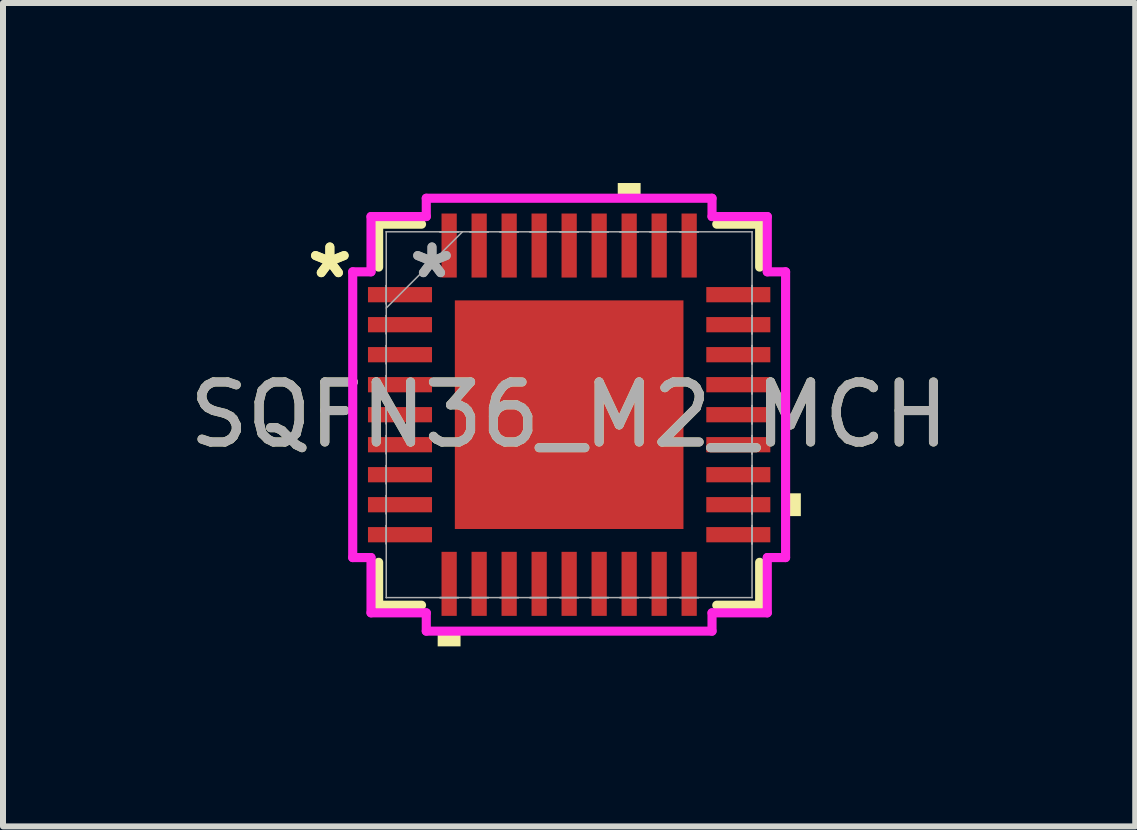
<source format=kicad_pcb>
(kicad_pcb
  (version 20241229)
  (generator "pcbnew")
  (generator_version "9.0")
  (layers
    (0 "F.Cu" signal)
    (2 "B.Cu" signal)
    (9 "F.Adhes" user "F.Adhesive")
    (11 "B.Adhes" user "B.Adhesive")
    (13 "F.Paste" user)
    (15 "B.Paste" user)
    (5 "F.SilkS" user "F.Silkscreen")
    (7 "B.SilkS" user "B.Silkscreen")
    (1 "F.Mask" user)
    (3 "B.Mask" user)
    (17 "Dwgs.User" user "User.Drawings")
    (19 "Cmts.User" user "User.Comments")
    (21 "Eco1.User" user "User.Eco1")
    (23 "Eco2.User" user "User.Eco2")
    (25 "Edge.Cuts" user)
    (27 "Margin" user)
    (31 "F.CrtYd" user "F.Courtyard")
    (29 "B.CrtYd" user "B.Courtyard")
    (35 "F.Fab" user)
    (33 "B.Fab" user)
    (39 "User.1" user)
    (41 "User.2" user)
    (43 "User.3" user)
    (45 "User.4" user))
  (footprint "SQFN36_M2_MCH"
    (layer "F.Cu")
    (at 6.435 3.861)
    (property "Reference" "SQFN36_M2_MCH" (at 0 0 0) (unlocked yes) (layer "F.SilkS") (effects (font (size 1 1) (thickness 0.15))))
    (attr smd)
    (fp_line (start -3.175 -3.175) (end -3.175 -2.46) (stroke (width 0.152) (type solid)) (layer "F.SilkS"))
    (fp_line (start -3.175 2.46) (end -3.175 3.175) (stroke (width 0.152) (type solid)) (layer "F.SilkS"))
    (fp_line (start -3.175 3.175) (end -2.46 3.175) (stroke (width 0.152) (type solid)) (layer "F.SilkS"))
    (fp_line (start -2.46 -3.175) (end -3.175 -3.175) (stroke (width 0.152) (type solid)) (layer "F.SilkS"))
    (fp_line (start 2.46 3.175) (end 3.175 3.175) (stroke (width 0.152) (type solid)) (layer "F.SilkS"))
    (fp_line (start 3.175 -3.175) (end 2.46 -3.175) (stroke (width 0.152) (type solid)) (layer "F.SilkS"))
    (fp_line (start 3.175 -2.46) (end 3.175 -3.175) (stroke (width 0.152) (type solid)) (layer "F.SilkS"))
    (fp_line (start 3.175 3.175) (end 3.175 2.46) (stroke (width 0.152) (type solid)) (layer "F.SilkS"))
    (fp_poly (pts (xy -2.191 3.607) (xy -2.191 3.861) (xy -1.81 3.861) (xy -1.81 3.607)) (stroke (width 0) (type solid)) (fill yes) (layer "F.SilkS"))
    (fp_poly (pts (xy 0.81 -3.607) (xy 0.81 -3.861) (xy 1.191 -3.861) (xy 1.191 -3.607)) (stroke (width 0) (type solid)) (fill yes) (layer "F.SilkS"))
    (fp_poly (pts (xy 3.861 1.31) (xy 3.861 1.69) (xy 3.607 1.69) (xy 3.607 1.31)) (stroke (width 0) (type solid)) (fill yes) (layer "F.SilkS"))
    (fp_poly (pts (xy -1.805 -1.805) (xy -1.805 -0.735) (xy -0.735 -0.735) (xy -0.735 -1.805)) (stroke (width 0) (type solid)) (fill yes) (layer "F.Paste"))
    (fp_poly (pts (xy -1.805 -0.535) (xy -1.805 0.535) (xy -0.735 0.535) (xy -0.735 -0.535)) (stroke (width 0) (type solid)) (fill yes) (layer "F.Paste"))
    (fp_poly (pts (xy -1.805 0.735) (xy -1.805 1.805) (xy -0.735 1.805) (xy -0.735 0.735)) (stroke (width 0) (type solid)) (fill yes) (layer "F.Paste"))
    (fp_poly (pts (xy -0.535 -1.805) (xy -0.535 -0.735) (xy 0.535 -0.735) (xy 0.535 -1.805)) (stroke (width 0) (type solid)) (fill yes) (layer "F.Paste"))
    (fp_poly (pts (xy -0.535 -0.535) (xy -0.535 0.535) (xy 0.535 0.535) (xy 0.535 -0.535)) (stroke (width 0) (type solid)) (fill yes) (layer "F.Paste"))
    (fp_poly (pts (xy -0.535 0.735) (xy -0.535 1.805) (xy 0.535 1.805) (xy 0.535 0.735)) (stroke (width 0) (type solid)) (fill yes) (layer "F.Paste"))
    (fp_poly (pts (xy 0.735 -1.805) (xy 0.735 -0.735) (xy 1.805 -0.735) (xy 1.805 -1.805)) (stroke (width 0) (type solid)) (fill yes) (layer "F.Paste"))
    (fp_poly (pts (xy 0.735 -0.535) (xy 0.735 0.535) (xy 1.805 0.535) (xy 1.805 -0.535)) (stroke (width 0) (type solid)) (fill yes) (layer "F.Paste"))
    (fp_poly (pts (xy 0.735 0.735) (xy 0.735 1.805) (xy 1.805 1.805) (xy 1.805 0.735)) (stroke (width 0) (type solid)) (fill yes) (layer "F.Paste"))
    (fp_line (start -3.607 -2.381) (end -3.302 -2.381) (stroke (width 0.152) (type solid)) (layer "F.CrtYd"))
    (fp_line (start -3.607 2.381) (end -3.607 -2.381) (stroke (width 0.152) (type solid)) (layer "F.CrtYd"))
    (fp_line (start -3.302 -3.302) (end -2.381 -3.302) (stroke (width 0.152) (type solid)) (layer "F.CrtYd"))
    (fp_line (start -3.302 -2.381) (end -3.302 -3.302) (stroke (width 0.152) (type solid)) (layer "F.CrtYd"))
    (fp_line (start -3.302 2.381) (end -3.607 2.381) (stroke (width 0.152) (type solid)) (layer "F.CrtYd"))
    (fp_line (start -3.302 3.302) (end -3.302 2.381) (stroke (width 0.152) (type solid)) (layer "F.CrtYd"))
    (fp_line (start -2.381 -3.607) (end 2.381 -3.607) (stroke (width 0.152) (type solid)) (layer "F.CrtYd"))
    (fp_line (start -2.381 -3.302) (end -2.381 -3.607) (stroke (width 0.152) (type solid)) (layer "F.CrtYd"))
    (fp_line (start -2.381 3.302) (end -3.302 3.302) (stroke (width 0.152) (type solid)) (layer "F.CrtYd"))
    (fp_line (start -2.381 3.607) (end -2.381 3.302) (stroke (width 0.152) (type solid)) (layer "F.CrtYd"))
    (fp_line (start 2.381 -3.607) (end 2.381 -3.302) (stroke (width 0.152) (type solid)) (layer "F.CrtYd"))
    (fp_line (start 2.381 -3.302) (end 3.302 -3.302) (stroke (width 0.152) (type solid)) (layer "F.CrtYd"))
    (fp_line (start 2.381 3.302) (end 2.381 3.607) (stroke (width 0.152) (type solid)) (layer "F.CrtYd"))
    (fp_line (start 2.381 3.607) (end -2.381 3.607) (stroke (width 0.152) (type solid)) (layer "F.CrtYd"))
    (fp_line (start 3.302 -3.302) (end 3.302 -2.381) (stroke (width 0.152) (type solid)) (layer "F.CrtYd"))
    (fp_line (start 3.302 -2.381) (end 3.607 -2.381) (stroke (width 0.152) (type solid)) (layer "F.CrtYd"))
    (fp_line (start 3.302 2.381) (end 3.302 3.302) (stroke (width 0.152) (type solid)) (layer "F.CrtYd"))
    (fp_line (start 3.302 3.302) (end 2.381 3.302) (stroke (width 0.152) (type solid)) (layer "F.CrtYd"))
    (fp_line (start 3.607 -2.381) (end 3.607 2.381) (stroke (width 0.152) (type solid)) (layer "F.CrtYd"))
    (fp_line (start 3.607 2.381) (end 3.302 2.381) (stroke (width 0.152) (type solid)) (layer "F.CrtYd"))
    (fp_line (start -3.048 -3.048) (end -3.048 -3.048) (stroke (width 0.025) (type solid)) (layer "F.Fab"))
    (fp_line (start -3.048 -3.048) (end -3.048 3.048) (stroke (width 0.025) (type solid)) (layer "F.Fab"))
    (fp_line (start -3.048 -2.152) (end -3.048 -2.152) (stroke (width 0.025) (type solid)) (layer "F.Fab"))
    (fp_line (start -3.048 -2.152) (end -3.048 -1.848) (stroke (width 0.025) (type solid)) (layer "F.Fab"))
    (fp_line (start -3.048 -1.848) (end -3.048 -2.152) (stroke (width 0.025) (type solid)) (layer "F.Fab"))
    (fp_line (start -3.048 -1.848) (end -3.048 -1.848) (stroke (width 0.025) (type solid)) (layer "F.Fab"))
    (fp_line (start -3.048 -1.778) (end -1.778 -3.048) (stroke (width 0.025) (type solid)) (layer "F.Fab"))
    (fp_line (start -3.048 -1.652) (end -3.048 -1.652) (stroke (width 0.025) (type solid)) (layer "F.Fab"))
    (fp_line (start -3.048 -1.652) (end -3.048 -1.348) (stroke (width 0.025) (type solid)) (layer "F.Fab"))
    (fp_line (start -3.048 -1.348) (end -3.048 -1.652) (stroke (width 0.025) (type solid)) (layer "F.Fab"))
    (fp_line (start -3.048 -1.348) (end -3.048 -1.348) (stroke (width 0.025) (type solid)) (layer "F.Fab"))
    (fp_line (start -3.048 -1.152) (end -3.048 -1.152) (stroke (width 0.025) (type solid)) (layer "F.Fab"))
    (fp_line (start -3.048 -1.152) (end -3.048 -0.848) (stroke (width 0.025) (type solid)) (layer "F.Fab"))
    (fp_line (start -3.048 -0.848) (end -3.048 -1.152) (stroke (width 0.025) (type solid)) (layer "F.Fab"))
    (fp_line (start -3.048 -0.848) (end -3.048 -0.848) (stroke (width 0.025) (type solid)) (layer "F.Fab"))
    (fp_line (start -3.048 -0.652) (end -3.048 -0.652) (stroke (width 0.025) (type solid)) (layer "F.Fab"))
    (fp_line (start -3.048 -0.652) (end -3.048 -0.348) (stroke (width 0.025) (type solid)) (layer "F.Fab"))
    (fp_line (start -3.048 -0.348) (end -3.048 -0.652) (stroke (width 0.025) (type solid)) (layer "F.Fab"))
    (fp_line (start -3.048 -0.348) (end -3.048 -0.348) (stroke (width 0.025) (type solid)) (layer "F.Fab"))
    (fp_line (start -3.048 -0.152) (end -3.048 -0.152) (stroke (width 0.025) (type solid)) (layer "F.Fab"))
    (fp_line (start -3.048 -0.152) (end -3.048 0.152) (stroke (width 0.025) (type solid)) (layer "F.Fab"))
    (fp_line (start -3.048 0.152) (end -3.048 -0.152) (stroke (width 0.025) (type solid)) (layer "F.Fab"))
    (fp_line (start -3.048 0.152) (end -3.048 0.152) (stroke (width 0.025) (type solid)) (layer "F.Fab"))
    (fp_line (start -3.048 0.348) (end -3.048 0.348) (stroke (width 0.025) (type solid)) (layer "F.Fab"))
    (fp_line (start -3.048 0.348) (end -3.048 0.652) (stroke (width 0.025) (type solid)) (layer "F.Fab"))
    (fp_line (start -3.048 0.652) (end -3.048 0.348) (stroke (width 0.025) (type solid)) (layer "F.Fab"))
    (fp_line (start -3.048 0.652) (end -3.048 0.652) (stroke (width 0.025) (type solid)) (layer "F.Fab"))
    (fp_line (start -3.048 0.848) (end -3.048 0.848) (stroke (width 0.025) (type solid)) (layer "F.Fab"))
    (fp_line (start -3.048 0.848) (end -3.048 1.152) (stroke (width 0.025) (type solid)) (layer "F.Fab"))
    (fp_line (start -3.048 1.152) (end -3.048 0.848) (stroke (width 0.025) (type solid)) (layer "F.Fab"))
    (fp_line (start -3.048 1.152) (end -3.048 1.152) (stroke (width 0.025) (type solid)) (layer "F.Fab"))
    (fp_line (start -3.048 1.348) (end -3.048 1.348) (stroke (width 0.025) (type solid)) (layer "F.Fab"))
    (fp_line (start -3.048 1.348) (end -3.048 1.652) (stroke (width 0.025) (type solid)) (layer "F.Fab"))
    (fp_line (start -3.048 1.652) (end -3.048 1.348) (stroke (width 0.025) (type solid)) (layer "F.Fab"))
    (fp_line (start -3.048 1.652) (end -3.048 1.652) (stroke (width 0.025) (type solid)) (layer "F.Fab"))
    (fp_line (start -3.048 1.848) (end -3.048 1.848) (stroke (width 0.025) (type solid)) (layer "F.Fab"))
    (fp_line (start -3.048 1.848) (end -3.048 2.152) (stroke (width 0.025) (type solid)) (layer "F.Fab"))
    (fp_line (start -3.048 2.152) (end -3.048 1.848) (stroke (width 0.025) (type solid)) (layer "F.Fab"))
    (fp_line (start -3.048 2.152) (end -3.048 2.152) (stroke (width 0.025) (type solid)) (layer "F.Fab"))
    (fp_line (start -3.048 3.048) (end -3.048 3.048) (stroke (width 0.025) (type solid)) (layer "F.Fab"))
    (fp_line (start -3.048 3.048) (end 3.048 3.048) (stroke (width 0.025) (type solid)) (layer "F.Fab"))
    (fp_line (start -2.152 -3.048) (end -2.152 -3.048) (stroke (width 0.025) (type solid)) (layer "F.Fab"))
    (fp_line (start -2.152 -3.048) (end -1.848 -3.048) (stroke (width 0.025) (type solid)) (layer "F.Fab"))
    (fp_line (start -2.152 3.048) (end -2.152 3.048) (stroke (width 0.025) (type solid)) (layer "F.Fab"))
    (fp_line (start -2.152 3.048) (end -1.848 3.048) (stroke (width 0.025) (type solid)) (layer "F.Fab"))
    (fp_line (start -1.848 -3.048) (end -2.152 -3.048) (stroke (width 0.025) (type solid)) (layer "F.Fab"))
    (fp_line (start -1.848 -3.048) (end -1.848 -3.048) (stroke (width 0.025) (type solid)) (layer "F.Fab"))
    (fp_line (start -1.848 3.048) (end -2.152 3.048) (stroke (width 0.025) (type solid)) (layer "F.Fab"))
    (fp_line (start -1.848 3.048) (end -1.848 3.048) (stroke (width 0.025) (type solid)) (layer "F.Fab"))
    (fp_line (start -1.652 -3.048) (end -1.652 -3.048) (stroke (width 0.025) (type solid)) (layer "F.Fab"))
    (fp_line (start -1.652 -3.048) (end -1.348 -3.048) (stroke (width 0.025) (type solid)) (layer "F.Fab"))
    (fp_line (start -1.652 3.048) (end -1.652 3.048) (stroke (width 0.025) (type solid)) (layer "F.Fab"))
    (fp_line (start -1.652 3.048) (end -1.348 3.048) (stroke (width 0.025) (type solid)) (layer "F.Fab"))
    (fp_line (start -1.348 -3.048) (end -1.652 -3.048) (stroke (width 0.025) (type solid)) (layer "F.Fab"))
    (fp_line (start -1.348 -3.048) (end -1.348 -3.048) (stroke (width 0.025) (type solid)) (layer "F.Fab"))
    (fp_line (start -1.348 3.048) (end -1.652 3.048) (stroke (width 0.025) (type solid)) (layer "F.Fab"))
    (fp_line (start -1.348 3.048) (end -1.348 3.048) (stroke (width 0.025) (type solid)) (layer "F.Fab"))
    (fp_line (start -1.152 -3.048) (end -1.152 -3.048) (stroke (width 0.025) (type solid)) (layer "F.Fab"))
    (fp_line (start -1.152 -3.048) (end -0.848 -3.048) (stroke (width 0.025) (type solid)) (layer "F.Fab"))
    (fp_line (start -1.152 3.048) (end -1.152 3.048) (stroke (width 0.025) (type solid)) (layer "F.Fab"))
    (fp_line (start -1.152 3.048) (end -0.848 3.048) (stroke (width 0.025) (type solid)) (layer "F.Fab"))
    (fp_line (start -0.848 -3.048) (end -1.152 -3.048) (stroke (width 0.025) (type solid)) (layer "F.Fab"))
    (fp_line (start -0.848 -3.048) (end -0.848 -3.048) (stroke (width 0.025) (type solid)) (layer "F.Fab"))
    (fp_line (start -0.848 3.048) (end -1.152 3.048) (stroke (width 0.025) (type solid)) (layer "F.Fab"))
    (fp_line (start -0.848 3.048) (end -0.848 3.048) (stroke (width 0.025) (type solid)) (layer "F.Fab"))
    (fp_line (start -0.652 -3.048) (end -0.652 -3.048) (stroke (width 0.025) (type solid)) (layer "F.Fab"))
    (fp_line (start -0.652 -3.048) (end -0.348 -3.048) (stroke (width 0.025) (type solid)) (layer "F.Fab"))
    (fp_line (start -0.652 3.048) (end -0.652 3.048) (stroke (width 0.025) (type solid)) (layer "F.Fab"))
    (fp_line (start -0.652 3.048) (end -0.348 3.048) (stroke (width 0.025) (type solid)) (layer "F.Fab"))
    (fp_line (start -0.348 -3.048) (end -0.652 -3.048) (stroke (width 0.025) (type solid)) (layer "F.Fab"))
    (fp_line (start -0.348 -3.048) (end -0.348 -3.048) (stroke (width 0.025) (type solid)) (layer "F.Fab"))
    (fp_line (start -0.348 3.048) (end -0.652 3.048) (stroke (width 0.025) (type solid)) (layer "F.Fab"))
    (fp_line (start -0.348 3.048) (end -0.348 3.048) (stroke (width 0.025) (type solid)) (layer "F.Fab"))
    (fp_line (start -0.152 -3.048) (end -0.152 -3.048) (stroke (width 0.025) (type solid)) (layer "F.Fab"))
    (fp_line (start -0.152 -3.048) (end 0.152 -3.048) (stroke (width 0.025) (type solid)) (layer "F.Fab"))
    (fp_line (start -0.152 3.048) (end -0.152 3.048) (stroke (width 0.025) (type solid)) (layer "F.Fab"))
    (fp_line (start -0.152 3.048) (end 0.152 3.048) (stroke (width 0.025) (type solid)) (layer "F.Fab"))
    (fp_line (start 0.152 -3.048) (end -0.152 -3.048) (stroke (width 0.025) (type solid)) (layer "F.Fab"))
    (fp_line (start 0.152 -3.048) (end 0.152 -3.048) (stroke (width 0.025) (type solid)) (layer "F.Fab"))
    (fp_line (start 0.152 3.048) (end -0.152 3.048) (stroke (width 0.025) (type solid)) (layer "F.Fab"))
    (fp_line (start 0.152 3.048) (end 0.152 3.048) (stroke (width 0.025) (type solid)) (layer "F.Fab"))
    (fp_line (start 0.348 -3.048) (end 0.348 -3.048) (stroke (width 0.025) (type solid)) (layer "F.Fab"))
    (fp_line (start 0.348 -3.048) (end 0.652 -3.048) (stroke (width 0.025) (type solid)) (layer "F.Fab"))
    (fp_line (start 0.348 3.048) (end 0.348 3.048) (stroke (width 0.025) (type solid)) (layer "F.Fab"))
    (fp_line (start 0.348 3.048) (end 0.652 3.048) (stroke (width 0.025) (type solid)) (layer "F.Fab"))
    (fp_line (start 0.652 -3.048) (end 0.348 -3.048) (stroke (width 0.025) (type solid)) (layer "F.Fab"))
    (fp_line (start 0.652 -3.048) (end 0.652 -3.048) (stroke (width 0.025) (type solid)) (layer "F.Fab"))
    (fp_line (start 0.652 3.048) (end 0.348 3.048) (stroke (width 0.025) (type solid)) (layer "F.Fab"))
    (fp_line (start 0.652 3.048) (end 0.652 3.048) (stroke (width 0.025) (type solid)) (layer "F.Fab"))
    (fp_line (start 0.848 -3.048) (end 0.848 -3.048) (stroke (width 0.025) (type solid)) (layer "F.Fab"))
    (fp_line (start 0.848 -3.048) (end 1.152 -3.048) (stroke (width 0.025) (type solid)) (layer "F.Fab"))
    (fp_line (start 0.848 3.048) (end 0.848 3.048) (stroke (width 0.025) (type solid)) (layer "F.Fab"))
    (fp_line (start 0.848 3.048) (end 1.152 3.048) (stroke (width 0.025) (type solid)) (layer "F.Fab"))
    (fp_line (start 1.152 -3.048) (end 0.848 -3.048) (stroke (width 0.025) (type solid)) (layer "F.Fab"))
    (fp_line (start 1.152 -3.048) (end 1.152 -3.048) (stroke (width 0.025) (type solid)) (layer "F.Fab"))
    (fp_line (start 1.152 3.048) (end 0.848 3.048) (stroke (width 0.025) (type solid)) (layer "F.Fab"))
    (fp_line (start 1.152 3.048) (end 1.152 3.048) (stroke (width 0.025) (type solid)) (layer "F.Fab"))
    (fp_line (start 1.348 -3.048) (end 1.348 -3.048) (stroke (width 0.025) (type solid)) (layer "F.Fab"))
    (fp_line (start 1.348 -3.048) (end 1.652 -3.048) (stroke (width 0.025) (type solid)) (layer "F.Fab"))
    (fp_line (start 1.348 3.048) (end 1.348 3.048) (stroke (width 0.025) (type solid)) (layer "F.Fab"))
    (fp_line (start 1.348 3.048) (end 1.652 3.048) (stroke (width 0.025) (type solid)) (layer "F.Fab"))
    (fp_line (start 1.652 -3.048) (end 1.348 -3.048) (stroke (width 0.025) (type solid)) (layer "F.Fab"))
    (fp_line (start 1.652 -3.048) (end 1.652 -3.048) (stroke (width 0.025) (type solid)) (layer "F.Fab"))
    (fp_line (start 1.652 3.048) (end 1.348 3.048) (stroke (width 0.025) (type solid)) (layer "F.Fab"))
    (fp_line (start 1.652 3.048) (end 1.652 3.048) (stroke (width 0.025) (type solid)) (layer "F.Fab"))
    (fp_line (start 1.848 -3.048) (end 1.848 -3.048) (stroke (width 0.025) (type solid)) (layer "F.Fab"))
    (fp_line (start 1.848 -3.048) (end 2.152 -3.048) (stroke (width 0.025) (type solid)) (layer "F.Fab"))
    (fp_line (start 1.848 3.048) (end 1.848 3.048) (stroke (width 0.025) (type solid)) (layer "F.Fab"))
    (fp_line (start 1.848 3.048) (end 2.152 3.048) (stroke (width 0.025) (type solid)) (layer "F.Fab"))
    (fp_line (start 2.152 -3.048) (end 1.848 -3.048) (stroke (width 0.025) (type solid)) (layer "F.Fab"))
    (fp_line (start 2.152 -3.048) (end 2.152 -3.048) (stroke (width 0.025) (type solid)) (layer "F.Fab"))
    (fp_line (start 2.152 3.048) (end 1.848 3.048) (stroke (width 0.025) (type solid)) (layer "F.Fab"))
    (fp_line (start 2.152 3.048) (end 2.152 3.048) (stroke (width 0.025) (type solid)) (layer "F.Fab"))
    (fp_line (start 3.048 -3.048) (end -3.048 -3.048) (stroke (width 0.025) (type solid)) (layer "F.Fab"))
    (fp_line (start 3.048 -3.048) (end 3.048 -3.048) (stroke (width 0.025) (type solid)) (layer "F.Fab"))
    (fp_line (start 3.048 -2.152) (end 3.048 -2.152) (stroke (width 0.025) (type solid)) (layer "F.Fab"))
    (fp_line (start 3.048 -2.152) (end 3.048 -1.848) (stroke (width 0.025) (type solid)) (layer "F.Fab"))
    (fp_line (start 3.048 -1.848) (end 3.048 -2.152) (stroke (width 0.025) (type solid)) (layer "F.Fab"))
    (fp_line (start 3.048 -1.848) (end 3.048 -1.848) (stroke (width 0.025) (type solid)) (layer "F.Fab"))
    (fp_line (start 3.048 -1.652) (end 3.048 -1.652) (stroke (width 0.025) (type solid)) (layer "F.Fab"))
    (fp_line (start 3.048 -1.652) (end 3.048 -1.348) (stroke (width 0.025) (type solid)) (layer "F.Fab"))
    (fp_line (start 3.048 -1.348) (end 3.048 -1.652) (stroke (width 0.025) (type solid)) (layer "F.Fab"))
    (fp_line (start 3.048 -1.348) (end 3.048 -1.348) (stroke (width 0.025) (type solid)) (layer "F.Fab"))
    (fp_line (start 3.048 -1.152) (end 3.048 -1.152) (stroke (width 0.025) (type solid)) (layer "F.Fab"))
    (fp_line (start 3.048 -1.152) (end 3.048 -0.848) (stroke (width 0.025) (type solid)) (layer "F.Fab"))
    (fp_line (start 3.048 -0.848) (end 3.048 -1.152) (stroke (width 0.025) (type solid)) (layer "F.Fab"))
    (fp_line (start 3.048 -0.848) (end 3.048 -0.848) (stroke (width 0.025) (type solid)) (layer "F.Fab"))
    (fp_line (start 3.048 -0.652) (end 3.048 -0.652) (stroke (width 0.025) (type solid)) (layer "F.Fab"))
    (fp_line (start 3.048 -0.652) (end 3.048 -0.348) (stroke (width 0.025) (type solid)) (layer "F.Fab"))
    (fp_line (start 3.048 -0.348) (end 3.048 -0.652) (stroke (width 0.025) (type solid)) (layer "F.Fab"))
    (fp_line (start 3.048 -0.348) (end 3.048 -0.348) (stroke (width 0.025) (type solid)) (layer "F.Fab"))
    (fp_line (start 3.048 -0.152) (end 3.048 -0.152) (stroke (width 0.025) (type solid)) (layer "F.Fab"))
    (fp_line (start 3.048 -0.152) (end 3.048 0.152) (stroke (width 0.025) (type solid)) (layer "F.Fab"))
    (fp_line (start 3.048 0.152) (end 3.048 -0.152) (stroke (width 0.025) (type solid)) (layer "F.Fab"))
    (fp_line (start 3.048 0.152) (end 3.048 0.152) (stroke (width 0.025) (type solid)) (layer "F.Fab"))
    (fp_line (start 3.048 0.348) (end 3.048 0.348) (stroke (width 0.025) (type solid)) (layer "F.Fab"))
    (fp_line (start 3.048 0.348) (end 3.048 0.652) (stroke (width 0.025) (type solid)) (layer "F.Fab"))
    (fp_line (start 3.048 0.652) (end 3.048 0.348) (stroke (width 0.025) (type solid)) (layer "F.Fab"))
    (fp_line (start 3.048 0.652) (end 3.048 0.652) (stroke (width 0.025) (type solid)) (layer "F.Fab"))
    (fp_line (start 3.048 0.848) (end 3.048 0.848) (stroke (width 0.025) (type solid)) (layer "F.Fab"))
    (fp_line (start 3.048 0.848) (end 3.048 1.152) (stroke (width 0.025) (type solid)) (layer "F.Fab"))
    (fp_line (start 3.048 1.152) (end 3.048 0.848) (stroke (width 0.025) (type solid)) (layer "F.Fab"))
    (fp_line (start 3.048 1.152) (end 3.048 1.152) (stroke (width 0.025) (type solid)) (layer "F.Fab"))
    (fp_line (start 3.048 1.348) (end 3.048 1.348) (stroke (width 0.025) (type solid)) (layer "F.Fab"))
    (fp_line (start 3.048 1.348) (end 3.048 1.652) (stroke (width 0.025) (type solid)) (layer "F.Fab"))
    (fp_line (start 3.048 1.652) (end 3.048 1.348) (stroke (width 0.025) (type solid)) (layer "F.Fab"))
    (fp_line (start 3.048 1.652) (end 3.048 1.652) (stroke (width 0.025) (type solid)) (layer "F.Fab"))
    (fp_line (start 3.048 1.848) (end 3.048 1.848) (stroke (width 0.025) (type solid)) (layer "F.Fab"))
    (fp_line (start 3.048 1.848) (end 3.048 2.152) (stroke (width 0.025) (type solid)) (layer "F.Fab"))
    (fp_line (start 3.048 2.152) (end 3.048 1.848) (stroke (width 0.025) (type solid)) (layer "F.Fab"))
    (fp_line (start 3.048 2.152) (end 3.048 2.152) (stroke (width 0.025) (type solid)) (layer "F.Fab"))
    (fp_line (start 3.048 3.048) (end 3.048 -3.048) (stroke (width 0.025) (type solid)) (layer "F.Fab"))
    (fp_line (start 3.048 3.048) (end 3.048 3.048) (stroke (width 0.025) (type solid)) (layer "F.Fab"))
    (fp_text user "*" (at -3.988 -2.25 0) (layer "F.SilkS") (effects (font (size 1 1) (thickness 0.15))))
    (fp_text user "*" (at -3.988 -2.25 0) (unlocked yes) (layer "F.SilkS") (effects (font (size 1 1) (thickness 0.15))))
    (fp_text user "*" (at -2.286 -2.25 0) (unlocked yes) (layer "F.Fab") (effects (font (size 1 1) (thickness 0.15))))
    (fp_text user "*" (at -2.286 -2.25 0) (layer "F.Fab") (effects (font (size 1 1) (thickness 0.15))))
    (fp_text user "${REFERENCE}" (at 0 0 0) (unlocked yes) (layer "F.Fab") (effects (font (size 1 1) (thickness 0.15))))
    (pad "1" smd rect (at -2.819 -2 90) (size 0.254 1.067) (layers "F.Cu" "F.Mask" "F.Paste"))
    (pad "2" smd rect (at -2.819 -1.5 90) (size 0.254 1.067) (layers "F.Cu" "F.Mask" "F.Paste"))
    (pad "3" smd rect (at -2.819 -1 90) (size 0.254 1.067) (layers "F.Cu" "F.Mask" "F.Paste"))
    (pad "4" smd rect (at -2.819 -0.5 90) (size 0.254 1.067) (layers "F.Cu" "F.Mask" "F.Paste"))
    (pad "5" smd rect (at -2.819 0 90) (size 0.254 1.067) (layers "F.Cu" "F.Mask" "F.Paste"))
    (pad "6" smd rect (at -2.819 0.5 90) (size 0.254 1.067) (layers "F.Cu" "F.Mask" "F.Paste"))
    (pad "7" smd rect (at -2.819 1 90) (size 0.254 1.067) (layers "F.Cu" "F.Mask" "F.Paste"))
    (pad "8" smd rect (at -2.819 1.5 90) (size 0.254 1.067) (layers "F.Cu" "F.Mask" "F.Paste"))
    (pad "9" smd rect (at -2.819 2 90) (size 0.254 1.067) (layers "F.Cu" "F.Mask" "F.Paste"))
    (pad "10" smd rect (at -2 2.819) (size 0.254 1.067) (layers "F.Cu" "F.Mask" "F.Paste"))
    (pad "11" smd rect (at -1.5 2.819) (size 0.254 1.067) (layers "F.Cu" "F.Mask" "F.Paste"))
    (pad "12" smd rect (at -1 2.819) (size 0.254 1.067) (layers "F.Cu" "F.Mask" "F.Paste"))
    (pad "13" smd rect (at -0.5 2.819) (size 0.254 1.067) (layers "F.Cu" "F.Mask" "F.Paste"))
    (pad "14" smd rect (at 0 2.819) (size 0.254 1.067) (layers "F.Cu" "F.Mask" "F.Paste"))
    (pad "15" smd rect (at 0.5 2.819) (size 0.254 1.067) (layers "F.Cu" "F.Mask" "F.Paste"))
    (pad "16" smd rect (at 1 2.819) (size 0.254 1.067) (layers "F.Cu" "F.Mask" "F.Paste"))
    (pad "17" smd rect (at 1.5 2.819) (size 0.254 1.067) (layers "F.Cu" "F.Mask" "F.Paste"))
    (pad "18" smd rect (at 2 2.819) (size 0.254 1.067) (layers "F.Cu" "F.Mask" "F.Paste"))
    (pad "19" smd rect (at 2.819 2 90) (size 0.254 1.067) (layers "F.Cu" "F.Mask" "F.Paste"))
    (pad "20" smd rect (at 2.819 1.5 90) (size 0.254 1.067) (layers "F.Cu" "F.Mask" "F.Paste"))
    (pad "21" smd rect (at 2.819 1 90) (size 0.254 1.067) (layers "F.Cu" "F.Mask" "F.Paste"))
    (pad "22" smd rect (at 2.819 0.5 90) (size 0.254 1.067) (layers "F.Cu" "F.Mask" "F.Paste"))
    (pad "23" smd rect (at 2.819 0 90) (size 0.254 1.067) (layers "F.Cu" "F.Mask" "F.Paste"))
    (pad "24" smd rect (at 2.819 -0.5 90) (size 0.254 1.067) (layers "F.Cu" "F.Mask" "F.Paste"))
    (pad "25" smd rect (at 2.819 -1 90) (size 0.254 1.067) (layers "F.Cu" "F.Mask" "F.Paste"))
    (pad "26" smd rect (at 2.819 -1.5 90) (size 0.254 1.067) (layers "F.Cu" "F.Mask" "F.Paste"))
    (pad "27" smd rect (at 2.819 -2 90) (size 0.254 1.067) (layers "F.Cu" "F.Mask" "F.Paste"))
    (pad "28" smd rect (at 2 -2.819) (size 0.254 1.067) (layers "F.Cu" "F.Mask" "F.Paste"))
    (pad "29" smd rect (at 1.5 -2.819) (size 0.254 1.067) (layers "F.Cu" "F.Mask" "F.Paste"))
    (pad "30" smd rect (at 1 -2.819) (size 0.254 1.067) (layers "F.Cu" "F.Mask" "F.Paste"))
    (pad "31" smd rect (at 0.5 -2.819) (size 0.254 1.067) (layers "F.Cu" "F.Mask" "F.Paste"))
    (pad "32" smd rect (at 0 -2.819) (size 0.254 1.067) (layers "F.Cu" "F.Mask" "F.Paste"))
    (pad "33" smd rect (at -0.5 -2.819) (size 0.254 1.067) (layers "F.Cu" "F.Mask" "F.Paste"))
    (pad "34" smd rect (at -1 -2.819) (size 0.254 1.067) (layers "F.Cu" "F.Mask" "F.Paste"))
    (pad "35" smd rect (at -1.5 -2.819) (size 0.254 1.067) (layers "F.Cu" "F.Mask" "F.Paste"))
    (pad "36" smd rect (at -2 -2.819) (size 0.254 1.067) (layers "F.Cu" "F.Mask" "F.Paste"))
    (pad "37" smd rect (at 0 0) (size 3.81 3.81) (layers "F.Cu" "F.Mask" "F.Paste")))
  (gr_rect
    (start -3 -3)
    (end 15.869 10.722)
    (stroke (width 0.1) (type default))
    (fill no)
    (layer "Edge.Cuts")))
</source>
